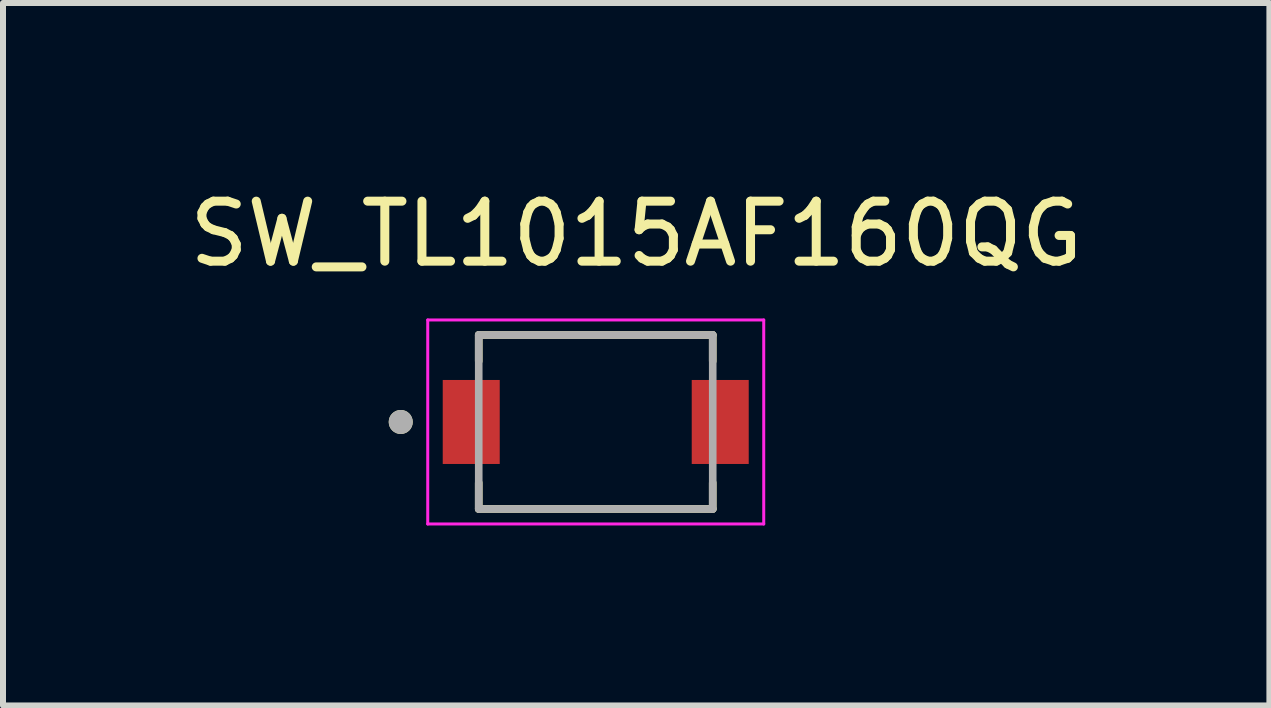
<source format=kicad_pcb>
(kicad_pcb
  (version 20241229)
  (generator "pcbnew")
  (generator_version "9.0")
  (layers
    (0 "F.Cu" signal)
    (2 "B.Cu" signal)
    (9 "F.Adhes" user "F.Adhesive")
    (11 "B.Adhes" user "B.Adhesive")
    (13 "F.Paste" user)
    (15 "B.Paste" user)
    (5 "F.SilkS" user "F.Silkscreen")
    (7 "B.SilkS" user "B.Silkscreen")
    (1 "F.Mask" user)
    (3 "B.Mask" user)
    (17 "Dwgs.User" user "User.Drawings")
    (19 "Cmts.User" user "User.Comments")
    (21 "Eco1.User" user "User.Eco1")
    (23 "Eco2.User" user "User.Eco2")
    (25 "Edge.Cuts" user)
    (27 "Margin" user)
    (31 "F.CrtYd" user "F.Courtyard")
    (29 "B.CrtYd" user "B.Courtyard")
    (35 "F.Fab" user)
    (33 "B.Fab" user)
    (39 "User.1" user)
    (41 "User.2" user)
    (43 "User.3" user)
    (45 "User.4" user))
  (footprint "SW_TL1015AF160QG"
    (layer "F.Cu")
    (at 6.879 3.983)
    (property "Reference" "SW_TL1015AF160QG" (at 0.675 -3.135 0) (layer "F.SilkS") (effects (font (size 1 1) (thickness 0.15))))
    (attr through_hole)
    (fp_line (start -1.95 -1.45) (end 1.95 -1.45) (stroke (width 0.127) (type solid)) (layer "F.SilkS"))
    (fp_line (start -1.95 -1.014) (end -1.95 -1.45) (stroke (width 0.127) (type solid)) (layer "F.SilkS"))
    (fp_line (start -1.95 1.45) (end -1.95 1.014) (stroke (width 0.127) (type solid)) (layer "F.SilkS"))
    (fp_line (start 1.95 -1.45) (end 1.95 -1.014) (stroke (width 0.127) (type solid)) (layer "F.SilkS"))
    (fp_line (start 1.95 1.014) (end 1.95 1.45) (stroke (width 0.127) (type solid)) (layer "F.SilkS"))
    (fp_line (start 1.95 1.45) (end -1.95 1.45) (stroke (width 0.127) (type solid)) (layer "F.SilkS"))
    (fp_circle (center -3.25 0) (end -3.15 0) (stroke (width 0.2) (type solid)) (fill no) (layer "F.SilkS"))
    (fp_line (start -2.8 -1.7) (end 2.8 -1.7) (stroke (width 0.05) (type solid)) (layer "F.CrtYd"))
    (fp_line (start -2.8 1.7) (end -2.8 -1.7) (stroke (width 0.05) (type solid)) (layer "F.CrtYd"))
    (fp_line (start 2.8 -1.7) (end 2.8 1.7) (stroke (width 0.05) (type solid)) (layer "F.CrtYd"))
    (fp_line (start 2.8 1.7) (end -2.8 1.7) (stroke (width 0.05) (type solid)) (layer "F.CrtYd"))
    (fp_line (start -1.95 -1.45) (end 1.95 -1.45) (stroke (width 0.127) (type solid)) (layer "F.Fab"))
    (fp_line (start -1.95 1.45) (end -1.95 -1.45) (stroke (width 0.127) (type solid)) (layer "F.Fab"))
    (fp_line (start 1.95 -1.45) (end 1.95 1.45) (stroke (width 0.127) (type solid)) (layer "F.Fab"))
    (fp_line (start 1.95 1.45) (end -1.95 1.45) (stroke (width 0.127) (type solid)) (layer "F.Fab"))
    (fp_circle (center -3.25 0) (end -3.15 0) (stroke (width 0.2) (type solid)) (fill no) (layer "F.Fab"))
    (pad "1" smd rect (at -2.075 0) (size 0.95 1.4) (layers "F.Cu" "F.Mask" "F.Paste"))
    (pad "2" smd rect (at 2.075 0) (size 0.95 1.4) (layers "F.Cu" "F.Mask" "F.Paste")))
  (gr_rect
    (start -3 -3)
    (end 18.107 8.708)
    (stroke (width 0.1) (type default))
    (fill no)
    (layer "Edge.Cuts")))
</source>
